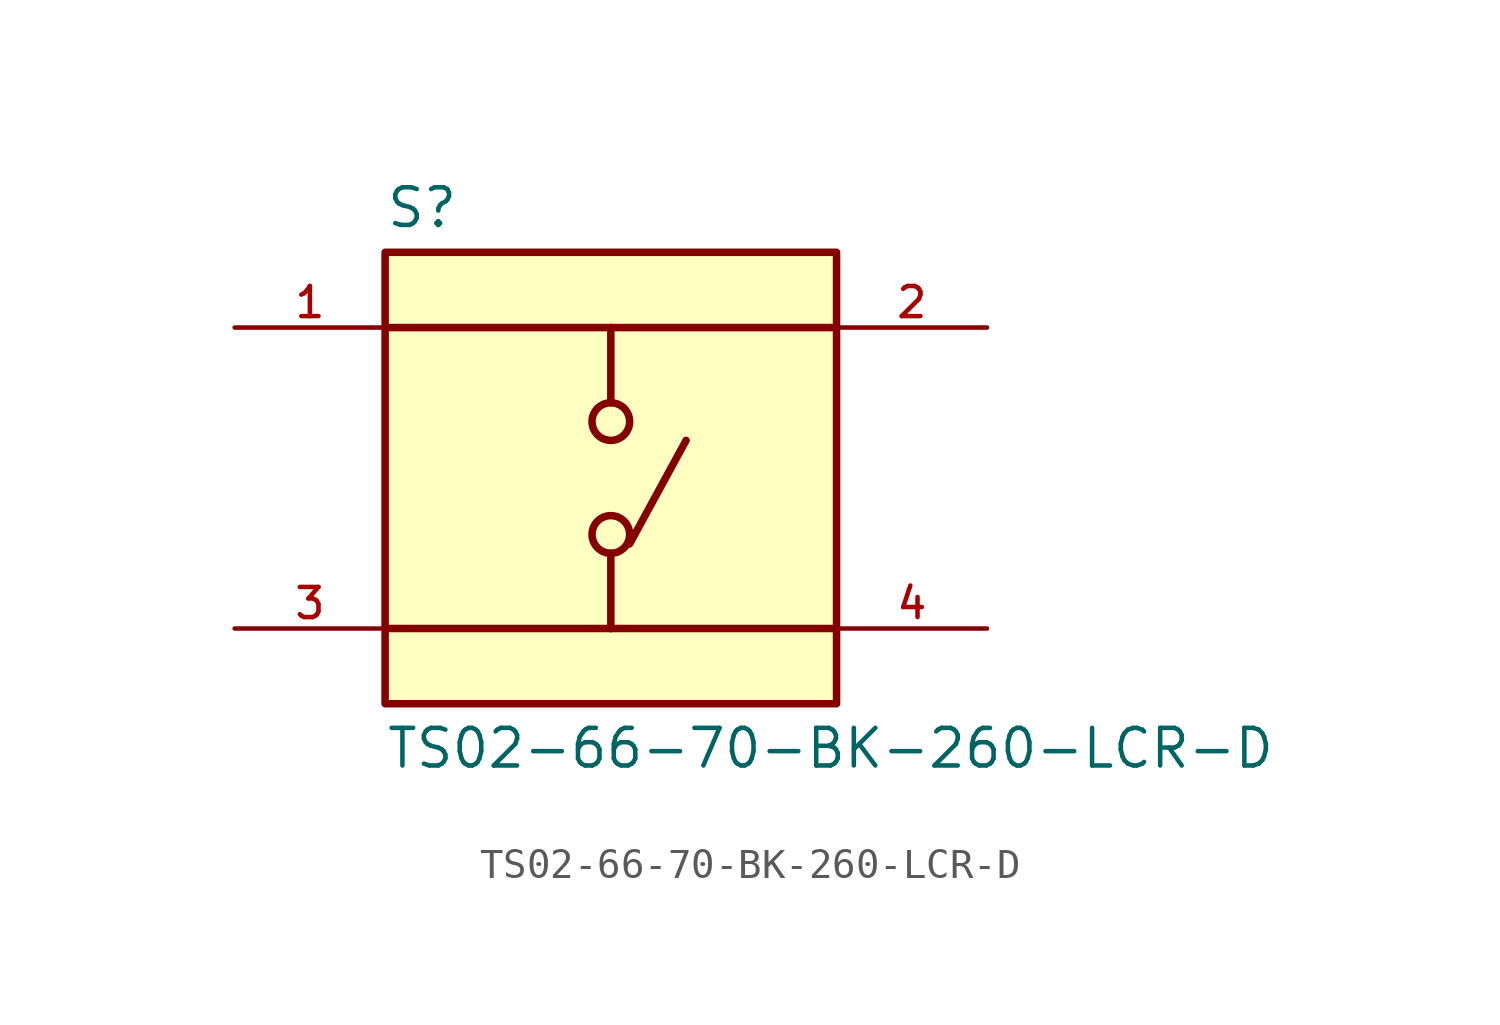
<source format=kicad_sym>
(kicad_symbol_lib
  (version 20211014)
  (generator kicad_symbol_editor)
  (symbol "TS02-66-70-BK-260-LCR-D"
    (pin_names
      (offset 1.016))
    (property "Reference" "S"
      (at -7.62 8.382 0)
      (effects (font (size 1.27 1.27)) (justify bottom left)))
    (property "Value" "TS02-66-70-BK-260-LCR-D"
      (at -7.62 -8.382 0)
      (effects (font (size 1.27 1.27)) (justify top left)))
    (symbol "TS02-66-70-BK-260-LCR-D_0_0"
      (polyline (pts (xy 0.0 5.08) (xy 0.0 2.54)) (stroke (width 0.254)))
      (polyline (pts (xy 0.0 -2.54) (xy 0.0 -5.08)) (stroke (width 0.254)))
      (polyline (pts (xy 0.0 5.08) (xy -7.62 5.08)) (stroke (width 0.254)))
      (polyline (pts (xy 0.0 5.08) (xy 7.62 5.08)) (stroke (width 0.254)))
      (polyline (pts (xy 0.0 -5.08) (xy -7.62 -5.08)) (stroke (width 0.254)))
      (polyline (pts (xy 0.0 -5.08) (xy 7.62 -5.08)) (stroke (width 0.254)))
      (circle (center 0.0 -1.905) (radius 0.635) (stroke (width 0.254)) (fill (type none)))
      (circle (center 0.0 1.905) (radius 0.635) (stroke (width 0.254)) (fill (type none)))
      (polyline (pts (xy 0.635 -2.223) (xy 2.54 1.27)) (stroke (width 0.254)))
      (rectangle (start -7.62 -7.62) (end 7.62 7.62) (stroke (width 0.254)) (fill (type background)))
      (pin passive line (at -12.7 5.08 0) (length 5.08) (name "~" (effects (font (size 1.016 1.016)))) (number "1" (effects (font (size 1.016 1.016)))))
      (pin passive line (at -12.7 -5.08 0) (length 5.08) (name "~" (effects (font (size 1.016 1.016)))) (number "3" (effects (font (size 1.016 1.016)))))
      (pin passive line (at 12.7 5.08 180.0) (length 5.08) (name "~" (effects (font (size 1.016 1.016)))) (number "2" (effects (font (size 1.016 1.016)))))
      (pin passive line (at 12.7 -5.08 180.0) (length 5.08) (name "~" (effects (font (size 1.016 1.016)))) (number "4" (effects (font (size 1.016 1.016))))))))
</source>
